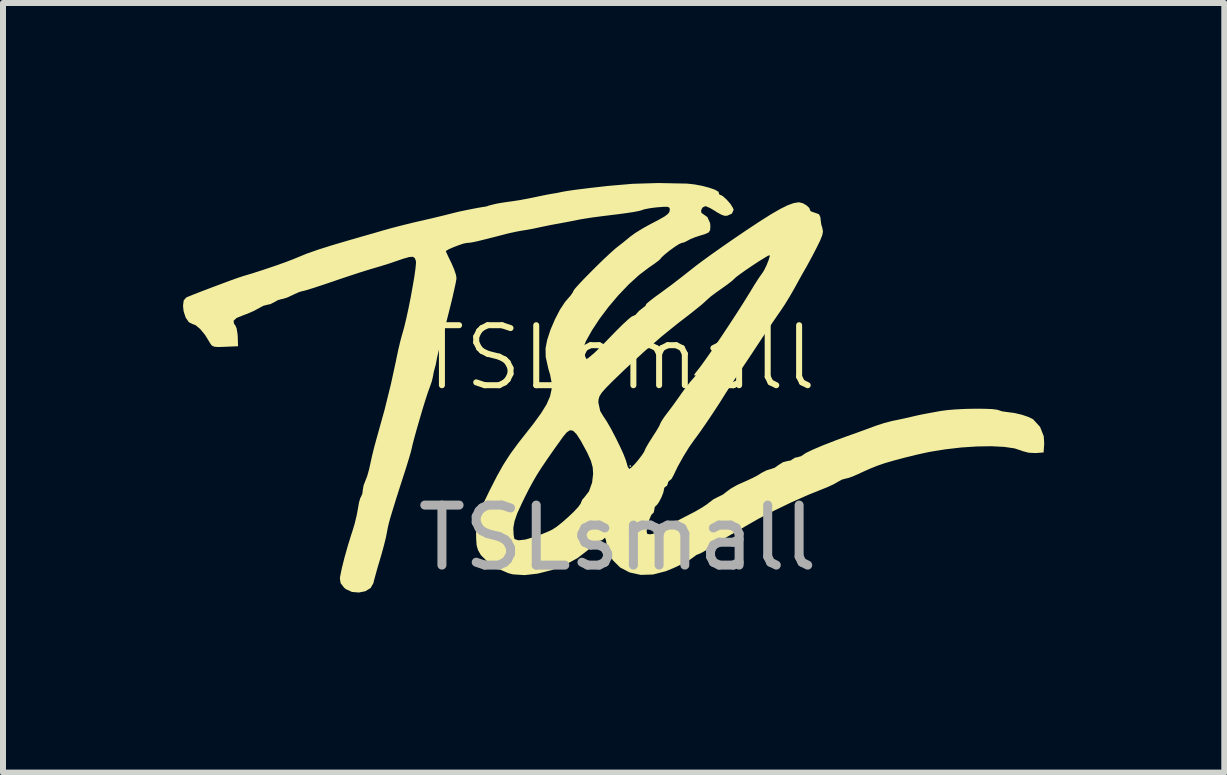
<source format=kicad_pcb>
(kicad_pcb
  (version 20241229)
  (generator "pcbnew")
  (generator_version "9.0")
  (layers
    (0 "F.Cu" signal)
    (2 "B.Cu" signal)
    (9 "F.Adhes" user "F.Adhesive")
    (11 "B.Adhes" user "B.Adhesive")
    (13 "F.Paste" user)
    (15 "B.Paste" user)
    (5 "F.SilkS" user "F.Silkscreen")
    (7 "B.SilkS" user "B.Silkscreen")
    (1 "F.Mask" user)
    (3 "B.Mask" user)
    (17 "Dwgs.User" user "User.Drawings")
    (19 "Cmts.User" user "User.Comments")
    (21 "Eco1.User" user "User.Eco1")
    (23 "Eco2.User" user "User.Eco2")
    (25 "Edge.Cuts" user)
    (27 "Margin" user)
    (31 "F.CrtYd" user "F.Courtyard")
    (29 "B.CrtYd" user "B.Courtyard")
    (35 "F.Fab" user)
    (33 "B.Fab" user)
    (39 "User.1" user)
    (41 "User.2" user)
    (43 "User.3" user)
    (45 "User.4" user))
  (footprint "TSLsmall"
    (layer "F.Cu")
    (at 7.243 3.412)
    (property "Reference" "TSLsmall" (at 0 -0.5 0) (unlocked yes) (layer "F.SilkS") (effects (font (size 1 1) (thickness 0.1))))
    (attr smd)
    (fp_poly (pts (xy 0.225 1.304) (xy 0.209 1.32) (xy 0.193 1.304) (xy 0.209 1.288)) (stroke (width 0) (type solid)) (fill yes) (layer "F.SilkS"))
    (fp_poly (pts (xy 1.131 -3.403) (xy 1.159 -3.402) (xy 1.279 -3.389) (xy 1.404 -3.366) (xy 1.522 -3.335) (xy 1.618 -3.302) (xy 1.677 -3.269) (xy 1.687 -3.246) (xy 1.693 -3.22) (xy 1.702 -3.219) (xy 1.751 -3.195) (xy 1.816 -3.136) (xy 1.88 -3.063) (xy 1.923 -2.994) (xy 1.932 -2.963) (xy 1.903 -2.902) (xy 1.827 -2.868) (xy 1.785 -2.865) (xy 1.733 -2.882) (xy 1.654 -2.925) (xy 1.623 -2.946) (xy 1.54 -2.995) (xy 1.475 -3.023) (xy 1.459 -3.026) (xy 1.415 -3.004) (xy 1.39 -2.958) (xy 1.396 -2.915) (xy 1.411 -2.904) (xy 1.495 -2.845) (xy 1.54 -2.745) (xy 1.545 -2.69) (xy 1.54 -2.625) (xy 1.514 -2.587) (xy 1.451 -2.559) (xy 1.392 -2.542) (xy 1.288 -2.508) (xy 1.201 -2.472) (xy 1.176 -2.457) (xy 1.108 -2.423) (xy 1.069 -2.414) (xy 1.024 -2.395) (xy 0.95 -2.348) (xy 0.863 -2.285) (xy 0.783 -2.22) (xy 0.727 -2.168) (xy 0.714 -2.149) (xy 0.683 -2.12) (xy 0.614 -2.068) (xy 0.521 -2.004) (xy 0.355 -1.878) (xy 0.183 -1.721) (xy 0.011 -1.541) (xy -0.153 -1.347) (xy -0.302 -1.149) (xy -0.429 -0.956) (xy -0.528 -0.778) (xy -0.591 -0.623) (xy -0.612 -0.507) (xy -0.599 -0.46) (xy -0.558 -0.456) (xy -0.488 -0.497) (xy -0.385 -0.584) (xy -0.247 -0.719) (xy -0.148 -0.821) (xy -0.026 -0.947) (xy 0.083 -1.055) (xy 0.171 -1.136) (xy 0.228 -1.183) (xy 0.244 -1.191) (xy 0.297 -1.215) (xy 0.312 -1.233) (xy 0.357 -1.282) (xy 0.418 -1.33) (xy 0.465 -1.367) (xy 0.471 -1.384) (xy 0.47 -1.384) (xy 0.481 -1.401) (xy 0.535 -1.447) (xy 0.621 -1.513) (xy 0.664 -1.544) (xy 0.756 -1.611) (xy 0.829 -1.665) (xy 0.897 -1.715) (xy 0.971 -1.772) (xy 1.063 -1.843) (xy 1.184 -1.938) (xy 1.298 -2.028) (xy 1.403 -2.107) (xy 1.549 -2.213) (xy 1.723 -2.336) (xy 1.913 -2.468) (xy 2.106 -2.599) (xy 2.144 -2.625) (xy 2.376 -2.778) (xy 2.563 -2.896) (xy 2.713 -2.982) (xy 2.832 -3.041) (xy 2.928 -3.076) (xy 3.006 -3.09) (xy 3.027 -3.09) (xy 3.087 -3.075) (xy 3.151 -3.037) (xy 3.196 -2.994) (xy 3.204 -2.963) (xy 3.22 -2.94) (xy 3.28 -2.919) (xy 3.284 -2.918) (xy 3.355 -2.892) (xy 3.379 -2.84) (xy 3.38 -2.82) (xy 3.392 -2.725) (xy 3.411 -2.661) (xy 3.421 -2.608) (xy 3.41 -2.544) (xy 3.373 -2.451) (xy 3.321 -2.345) (xy 3.254 -2.215) (xy 3.187 -2.091) (xy 3.136 -1.998) (xy 3.13 -1.989) (xy 3.079 -1.899) (xy 3.012 -1.779) (xy 2.943 -1.653) (xy 2.942 -1.651) (xy 2.867 -1.521) (xy 2.788 -1.392) (xy 2.723 -1.294) (xy 2.664 -1.209) (xy 2.582 -1.089) (xy 2.488 -0.949) (xy 2.414 -0.839) (xy 2.307 -0.677) (xy 2.19 -0.5) (xy 2.079 -0.335) (xy 2.025 -0.253) (xy 1.941 -0.126) (xy 1.863 -0.008) (xy 1.804 0.084) (xy 1.784 0.116) (xy 1.698 0.253) (xy 1.596 0.409) (xy 1.49 0.567) (xy 1.39 0.712) (xy 1.308 0.826) (xy 1.281 0.861) (xy 1.191 0.989) (xy 1.093 1.148) (xy 1.002 1.311) (xy 0.934 1.452) (xy 0.932 1.457) (xy 0.897 1.52) (xy 0.866 1.545) (xy 0.84 1.571) (xy 0.837 1.594) (xy 0.82 1.636) (xy 0.805 1.642) (xy 0.776 1.668) (xy 0.773 1.689) (xy 0.76 1.749) (xy 0.728 1.829) (xy 0.688 1.905) (xy 0.652 1.956) (xy 0.638 1.964) (xy 0.617 1.991) (xy 0.612 2.028) (xy 0.6 2.08) (xy 0.585 2.093) (xy 0.56 2.12) (xy 0.53 2.189) (xy 0.503 2.277) (xy 0.486 2.362) (xy 0.483 2.398) (xy 0.494 2.435) (xy 0.54 2.442) (xy 0.585 2.434) (xy 0.682 2.4) (xy 0.779 2.345) (xy 0.786 2.34) (xy 0.86 2.292) (xy 0.972 2.228) (xy 1.104 2.159) (xy 1.159 2.131) (xy 1.29 2.063) (xy 1.407 1.995) (xy 1.493 1.938) (xy 1.515 1.92) (xy 1.595 1.859) (xy 1.673 1.819) (xy 1.674 1.819) (xy 1.756 1.778) (xy 1.816 1.731) (xy 1.887 1.679) (xy 1.986 1.623) (xy 2.028 1.603) (xy 2.157 1.546) (xy 2.244 1.505) (xy 2.306 1.474) (xy 2.359 1.443) (xy 2.398 1.418) (xy 2.48 1.376) (xy 2.549 1.355) (xy 2.553 1.354) (xy 2.618 1.332) (xy 2.679 1.288) (xy 2.755 1.24) (xy 2.821 1.223) (xy 2.887 1.21) (xy 2.913 1.191) (xy 2.959 1.163) (xy 2.989 1.159) (xy 3.059 1.139) (xy 3.082 1.123) (xy 3.141 1.084) (xy 3.256 1.029) (xy 3.421 0.959) (xy 3.629 0.878) (xy 3.831 0.804) (xy 3.986 0.749) (xy 4.134 0.695) (xy 4.256 0.65) (xy 4.314 0.629) (xy 4.44 0.588) (xy 4.574 0.553) (xy 4.604 0.547) (xy 4.734 0.52) (xy 4.87 0.49) (xy 4.893 0.484) (xy 4.996 0.46) (xy 5.082 0.442) (xy 5.103 0.438) (xy 5.167 0.426) (xy 5.271 0.407) (xy 5.375 0.388) (xy 5.49 0.372) (xy 5.636 0.36) (xy 5.799 0.352) (xy 5.963 0.349) (xy 6.116 0.35) (xy 6.241 0.355) (xy 6.325 0.366) (xy 6.347 0.373) (xy 6.408 0.393) (xy 6.494 0.405) (xy 6.495 0.405) (xy 6.611 0.42) (xy 6.739 0.45) (xy 6.852 0.489) (xy 6.923 0.525) (xy 7.039 0.652) (xy 7.1 0.806) (xy 7.108 0.925) (xy 7.098 1.078) (xy 6.963 1.088) (xy 6.847 1.082) (xy 6.743 1.054) (xy 6.735 1.05) (xy 6.614 1.01) (xy 6.441 0.985) (xy 6.228 0.974) (xy 5.986 0.978) (xy 5.726 0.995) (xy 5.458 1.026) (xy 5.194 1.069) (xy 5.006 1.11) (xy 4.777 1.166) (xy 4.597 1.214) (xy 4.452 1.256) (xy 4.328 1.299) (xy 4.21 1.346) (xy 4.084 1.402) (xy 4.026 1.43) (xy 3.923 1.475) (xy 3.839 1.505) (xy 3.8 1.513) (xy 3.736 1.531) (xy 3.674 1.565) (xy 3.599 1.608) (xy 3.495 1.656) (xy 3.45 1.674) (xy 3.174 1.785) (xy 2.886 1.913) (xy 2.603 2.05) (xy 2.341 2.186) (xy 2.118 2.314) (xy 2.06 2.35) (xy 2.003 2.384) (xy 1.916 2.432) (xy 1.883 2.45) (xy 1.787 2.506) (xy 1.666 2.58) (xy 1.57 2.644) (xy 1.473 2.706) (xy 1.396 2.751) (xy 1.355 2.769) (xy 1.355 2.769) (xy 1.308 2.788) (xy 1.282 2.809) (xy 1.204 2.865) (xy 1.083 2.932) (xy 0.936 3.002) (xy 0.805 3.056) (xy 0.589 3.112) (xy 0.384 3.118) (xy 0.198 3.077) (xy 0.04 2.994) (xy -0.083 2.871) (xy -0.161 2.713) (xy -0.18 2.626) (xy -0.195 2.543) (xy -0.209 2.501) (xy -0.217 2.503) (xy -0.257 2.539) (xy -0.278 2.543) (xy -0.324 2.564) (xy -0.399 2.619) (xy -0.489 2.697) (xy -0.497 2.706) (xy -0.67 2.839) (xy -0.876 2.951) (xy -1.103 3.039) (xy -1.333 3.097) (xy -1.553 3.122) (xy -1.748 3.109) (xy -1.82 3.09) (xy -1.998 3.013) (xy -2.155 2.911) (xy -2.271 2.798) (xy -2.285 2.779) (xy -2.327 2.706) (xy -2.35 2.627) (xy -2.358 2.518) (xy -2.359 2.434) (xy -2.357 2.357) (xy -1.738 2.357) (xy -1.734 2.449) (xy -1.723 2.511) (xy -1.717 2.522) (xy -1.653 2.542) (xy -1.538 2.529) (xy -1.378 2.482) (xy -1.258 2.437) (xy -1.143 2.389) (xy -1.093 2.365) (xy -1.018 2.317) (xy -0.924 2.242) (xy -0.824 2.154) (xy -0.73 2.065) (xy -0.657 1.986) (xy -0.616 1.929) (xy -0.612 1.915) (xy -0.589 1.863) (xy -0.561 1.833) (xy -0.479 1.727) (xy -0.426 1.58) (xy -0.409 1.435) (xy -0.416 1.327) (xy -0.445 1.22) (xy -0.502 1.092) (xy -0.526 1.046) (xy -0.615 0.883) (xy -0.685 0.774) (xy -0.742 0.717) (xy -0.794 0.707) (xy -0.848 0.742) (xy -0.91 0.816) (xy -0.923 0.835) (xy -1.069 1.039) (xy -1.183 1.203) (xy -1.274 1.338) (xy -1.349 1.456) (xy -1.415 1.57) (xy -1.48 1.69) (xy -1.55 1.829) (xy -1.594 1.92) (xy -1.673 2.091) (xy -1.719 2.224) (xy -1.738 2.33) (xy -1.738 2.357) (xy -2.357 2.357) (xy -2.356 2.325) (xy -2.346 2.232) (xy -2.324 2.141) (xy -2.286 2.037) (xy -2.228 1.906) (xy -2.145 1.734) (xy -2.131 1.706) (xy -2.012 1.472) (xy -1.903 1.279) (xy -1.791 1.105) (xy -1.665 0.932) (xy -1.57 0.811) (xy -1.402 0.597) (xy -1.274 0.421) (xy -1.183 0.273) (xy -1.171 0.244) (xy -0.322 0.244) (xy -0.291 0.387) (xy -0.245 0.465) (xy -0.185 0.555) (xy -0.112 0.681) (xy -0.036 0.826) (xy 0.037 0.974) (xy 0.098 1.108) (xy 0.138 1.212) (xy 0.148 1.247) (xy 0.169 1.318) (xy 0.193 1.352) (xy 0.195 1.352) (xy 0.228 1.329) (xy 0.286 1.27) (xy 0.336 1.212) (xy 0.399 1.13) (xy 0.441 1.067) (xy 0.451 1.043) (xy 0.468 1.004) (xy 0.512 0.927) (xy 0.574 0.83) (xy 0.579 0.821) (xy 0.643 0.722) (xy 0.689 0.644) (xy 0.708 0.602) (xy 0.708 0.6) (xy 0.727 0.562) (xy 0.774 0.49) (xy 0.829 0.417) (xy 0.92 0.296) (xy 1.016 0.162) (xy 1.062 0.096) (xy 1.138 -0.009) (xy 1.213 -0.104) (xy 1.256 -0.152) (xy 1.295 -0.198) (xy 1.296 -0.212) (xy 1.288 -0.208) (xy 1.27 -0.209) (xy 1.297 -0.249) (xy 1.306 -0.26) (xy 1.374 -0.346) (xy 1.468 -0.476) (xy 1.583 -0.64) (xy 1.709 -0.825) (xy 1.841 -1.023) (xy 1.971 -1.222) (xy 2.092 -1.411) (xy 2.196 -1.579) (xy 2.206 -1.595) (xy 2.279 -1.715) (xy 2.346 -1.82) (xy 2.396 -1.892) (xy 2.409 -1.909) (xy 2.443 -1.963) (xy 2.481 -2.042) (xy 2.514 -2.124) (xy 2.533 -2.188) (xy 2.533 -2.21) (xy 2.503 -2.199) (xy 2.435 -2.158) (xy 2.34 -2.099) (xy 2.234 -2.029) (xy 2.128 -1.957) (xy 2.037 -1.892) (xy 1.973 -1.844) (xy 1.953 -1.825) (xy 1.908 -1.783) (xy 1.827 -1.72) (xy 1.738 -1.657) (xy 1.638 -1.586) (xy 1.554 -1.523) (xy 1.509 -1.484) (xy 1.455 -1.434) (xy 1.388 -1.375) (xy 1.297 -1.302) (xy 1.173 -1.204) (xy 1.01 -1.079) (xy 0.736 -0.858) (xy 0.435 -0.597) (xy 0.12 -0.307) (xy -0.087 -0.107) (xy -0.195 0.002) (xy -0.264 0.08) (xy -0.303 0.141) (xy -0.319 0.196) (xy -0.322 0.244) (xy -1.171 0.244) (xy -1.127 0.144) (xy -1.101 0.025) (xy -1.102 -0.093) (xy -1.126 -0.219) (xy -1.155 -0.315) (xy -1.199 -0.513) (xy -1.202 -0.657) (xy -1.175 -0.797) (xy -1.12 -0.966) (xy -1.045 -1.141) (xy -0.961 -1.303) (xy -0.877 -1.43) (xy -0.851 -1.46) (xy -0.787 -1.534) (xy -0.747 -1.591) (xy -0.74 -1.609) (xy -0.719 -1.643) (xy -0.659 -1.711) (xy -0.572 -1.804) (xy -0.465 -1.913) (xy -0.35 -2.028) (xy -0.235 -2.14) (xy -0.129 -2.239) (xy -0.043 -2.316) (xy -0.001 -2.35) (xy 0.098 -2.427) (xy 0.199 -2.51) (xy 0.211 -2.52) (xy 0.294 -2.58) (xy 0.41 -2.652) (xy 0.534 -2.721) (xy 0.537 -2.722) (xy 0.681 -2.798) (xy 0.777 -2.852) (xy 0.833 -2.893) (xy 0.861 -2.928) (xy 0.869 -2.964) (xy 0.869 -2.97) (xy 0.863 -3) (xy 0.835 -3.015) (xy 0.772 -3.016) (xy 0.659 -3.007) (xy 0.652 -3.007) (xy 0.537 -2.992) (xy 0.447 -2.975) (xy 0.402 -2.96) (xy 0.359 -2.947) (xy 0.265 -2.929) (xy 0.133 -2.909) (xy -0.025 -2.888) (xy -0.07 -2.883) (xy -0.247 -2.861) (xy -0.416 -2.839) (xy -0.558 -2.817) (xy -0.656 -2.8) (xy -0.665 -2.798) (xy -0.799 -2.771) (xy -0.943 -2.744) (xy -0.982 -2.737) (xy -1.117 -2.712) (xy -1.258 -2.683) (xy -1.296 -2.675) (xy -1.418 -2.649) (xy -1.538 -2.628) (xy -1.57 -2.623) (xy -1.672 -2.605) (xy -1.799 -2.578) (xy -1.867 -2.561) (xy -2.072 -2.508) (xy -2.224 -2.47) (xy -2.332 -2.443) (xy -2.408 -2.427) (xy -2.46 -2.418) (xy -2.498 -2.415) (xy -2.511 -2.414) (xy -2.565 -2.404) (xy -2.647 -2.377) (xy -2.737 -2.342) (xy -2.815 -2.308) (xy -2.86 -2.281) (xy -2.864 -2.275) (xy -2.851 -2.246) (xy -2.817 -2.174) (xy -2.771 -2.08) (xy -2.724 -1.971) (xy -2.693 -1.876) (xy -2.686 -1.822) (xy -2.699 -1.747) (xy -2.726 -1.623) (xy -2.762 -1.465) (xy -2.806 -1.288) (xy -2.852 -1.106) (xy -2.898 -0.932) (xy -2.92 -0.853) (xy -2.958 -0.713) (xy -2.99 -0.586) (xy -3.012 -0.492) (xy -3.016 -0.467) (xy -3.033 -0.38) (xy -3.049 -0.322) (xy -3.067 -0.252) (xy -3.077 -0.193) (xy -3.097 -0.108) (xy -3.131 -0.009) (xy -3.135 -0.000226) (xy -3.162 0.075) (xy -3.202 0.197) (xy -3.249 0.349) (xy -3.298 0.516) (xy -3.346 0.681) (xy -3.387 0.829) (xy -3.417 0.943) (xy -3.429 0.998) (xy -3.445 1.063) (xy -3.476 1.171) (xy -3.517 1.304) (xy -3.542 1.384) (xy -3.628 1.65) (xy -3.696 1.863) (xy -3.747 2.03) (xy -3.786 2.158) (xy -3.813 2.255) (xy -3.83 2.328) (xy -3.841 2.386) (xy -3.843 2.398) (xy -3.86 2.485) (xy -3.891 2.612) (xy -3.931 2.76) (xy -3.957 2.849) (xy -4 2.993) (xy -4.036 3.122) (xy -4.062 3.218) (xy -4.07 3.254) (xy -4.116 3.336) (xy -4.203 3.39) (xy -4.313 3.412) (xy -4.429 3.402) (xy -4.532 3.354) (xy -4.56 3.33) (xy -4.617 3.255) (xy -4.629 3.176) (xy -4.625 3.145) (xy -4.597 3.008) (xy -4.553 2.832) (xy -4.498 2.637) (xy -4.439 2.445) (xy -4.423 2.398) (xy -4.381 2.259) (xy -4.347 2.116) (xy -4.328 2.012) (xy -4.311 1.913) (xy -4.29 1.84) (xy -4.279 1.82) (xy -4.255 1.766) (xy -4.249 1.714) (xy -4.235 1.629) (xy -4.205 1.552) (xy -4.174 1.472) (xy -4.142 1.358) (xy -4.123 1.272) (xy -4.095 1.143) (xy -4.056 0.985) (xy -4.014 0.831) (xy -4.011 0.821) (xy -3.886 0.373) (xy -3.778 -0.064) (xy -3.691 -0.465) (xy -3.688 -0.483) (xy -3.657 -0.63) (xy -3.623 -0.773) (xy -3.593 -0.885) (xy -3.588 -0.901) (xy -3.557 -1.011) (xy -3.522 -1.158) (xy -3.485 -1.327) (xy -3.449 -1.507) (xy -3.417 -1.685) (xy -3.389 -1.847) (xy -3.37 -1.982) (xy -3.361 -2.077) (xy -3.362 -2.113) (xy -3.381 -2.161) (xy -3.413 -2.183) (xy -3.473 -2.179) (xy -3.572 -2.151) (xy -3.657 -2.122) (xy -3.797 -2.074) (xy -3.957 -2.024) (xy -4.056 -1.995) (xy -4.163 -1.963) (xy -4.313 -1.916) (xy -4.489 -1.858) (xy -4.674 -1.796) (xy -4.74 -1.773) (xy -4.906 -1.717) (xy -5.052 -1.669) (xy -5.166 -1.633) (xy -5.238 -1.613) (xy -5.255 -1.61) (xy -5.308 -1.595) (xy -5.389 -1.559) (xy -5.417 -1.545) (xy -5.506 -1.504) (xy -5.579 -1.481) (xy -5.593 -1.48) (xy -5.663 -1.46) (xy -5.712 -1.432) (xy -5.787 -1.394) (xy -5.836 -1.384) (xy -5.905 -1.366) (xy -5.983 -1.324) (xy -6.064 -1.28) (xy -6.175 -1.232) (xy -6.237 -1.209) (xy -6.349 -1.164) (xy -6.4 -1.118) (xy -6.394 -1.068) (xy -6.372 -1.041) (xy -6.35 -0.99) (xy -6.335 -0.9) (xy -6.331 -0.849) (xy -6.326 -0.692) (xy -6.542 -0.683) (xy -6.657 -0.679) (xy -6.726 -0.685) (xy -6.766 -0.706) (xy -6.795 -0.747) (xy -6.806 -0.767) (xy -6.877 -0.882) (xy -6.957 -0.979) (xy -7.033 -1.043) (xy -7.084 -1.062) (xy -7.145 -1.092) (xy -7.198 -1.168) (xy -7.233 -1.273) (xy -7.243 -1.367) (xy -7.232 -1.455) (xy -7.192 -1.502) (xy -7.171 -1.513) (xy -7.065 -1.556) (xy -6.926 -1.61) (xy -6.768 -1.67) (xy -6.608 -1.73) (xy -6.46 -1.785) (xy -6.338 -1.829) (xy -6.257 -1.856) (xy -6.245 -1.86) (xy -6.084 -1.908) (xy -5.901 -1.967) (xy -5.714 -2.03) (xy -5.539 -2.092) (xy -5.396 -2.147) (xy -5.319 -2.179) (xy -5.177 -2.237) (xy -4.985 -2.304) (xy -4.74 -2.381) (xy -4.437 -2.47) (xy -4.394 -2.482) (xy -4.246 -2.525) (xy -4.073 -2.574) (xy -3.913 -2.621) (xy -3.911 -2.622) (xy -3.759 -2.664) (xy -3.576 -2.711) (xy -3.393 -2.756) (xy -3.332 -2.77) (xy -3.088 -2.826) (xy -2.89 -2.874) (xy -2.736 -2.913) (xy -2.659 -2.932) (xy -2.547 -2.956) (xy -2.426 -2.98) (xy -2.321 -3) (xy -2.262 -3.01) (xy -2.198 -3.02) (xy -2.173 -3.026) (xy -2.148 -3.036) (xy -2.07 -3.056) (xy -2.012 -3.069) (xy -1.944 -3.081) (xy -1.841 -3.097) (xy -1.771 -3.106) (xy -1.634 -3.127) (xy -1.479 -3.156) (xy -1.4 -3.172) (xy -1.278 -3.198) (xy -1.167 -3.22) (xy -1.111 -3.23) (xy -1.01 -3.247) (xy -0.934 -3.263) (xy -0.841 -3.28) (xy -0.701 -3.3) (xy -0.532 -3.321) (xy -0.444 -3.332) (xy -0.362 -3.341) (xy -0.248 -3.354) (xy -0.17 -3.363) (xy 0.249 -3.399) (xy 0.674 -3.412)) (stroke (width 0) (type solid)) (fill yes) (layer "F.SilkS"))
    (fp_text user "${REFERENCE}" (at 0 2.5 0) (unlocked yes) (layer "F.Fab") (effects (font (size 1 1) (thickness 0.15)))))
  (gr_rect
    (start -3 -3)
    (end 17.352 9.825)
    (stroke (width 0.1) (type default))
    (fill no)
    (layer "Edge.Cuts")))
</source>
